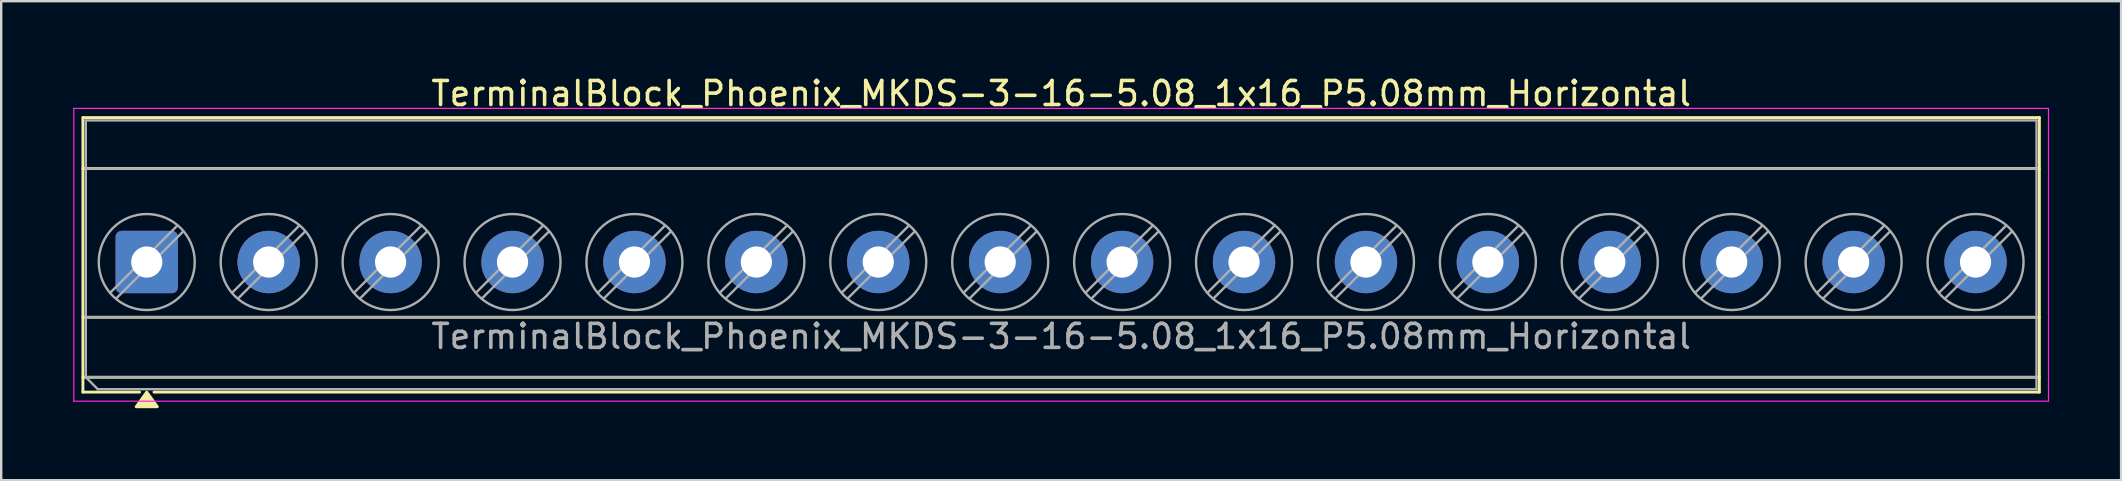
<source format=kicad_pcb>
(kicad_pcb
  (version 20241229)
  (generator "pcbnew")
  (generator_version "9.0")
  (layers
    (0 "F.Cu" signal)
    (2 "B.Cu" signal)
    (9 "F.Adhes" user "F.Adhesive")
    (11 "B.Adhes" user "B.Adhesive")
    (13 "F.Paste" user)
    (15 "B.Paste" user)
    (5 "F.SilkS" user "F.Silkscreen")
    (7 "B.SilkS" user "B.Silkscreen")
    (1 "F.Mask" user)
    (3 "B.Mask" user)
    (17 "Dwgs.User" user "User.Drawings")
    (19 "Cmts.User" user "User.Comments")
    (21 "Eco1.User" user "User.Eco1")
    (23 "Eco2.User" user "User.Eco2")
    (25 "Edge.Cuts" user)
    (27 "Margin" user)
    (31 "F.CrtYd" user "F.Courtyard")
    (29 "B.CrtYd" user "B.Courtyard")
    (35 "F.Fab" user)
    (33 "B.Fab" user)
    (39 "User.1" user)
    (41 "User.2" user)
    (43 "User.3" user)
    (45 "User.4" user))
  (footprint "TerminalBlock_Phoenix_MKDS-3-16-5.08_1x16_P5.08mm_Horizontal"
    (layer "F.Cu")
    (at 3.065 7.868)
    (property "Reference" "TerminalBlock_Phoenix_MKDS-3-16-5.08_1x16_P5.08mm_Horizontal" (at 38.1 -7.02 0) (layer "F.SilkS") (effects (font (size 1 1) (thickness 0.15))))
    (attr through_hole)
    (fp_line (start -2.66 -6.02) (end -2.66 5.42) (stroke (width 0.12) (type solid)) (layer "F.SilkS"))
    (fp_line (start -2.66 -6.02) (end 78.86 -6.02) (stroke (width 0.12) (type solid)) (layer "F.SilkS"))
    (fp_line (start -2.66 -3.9) (end 78.86 -3.9) (stroke (width 0.12) (type solid)) (layer "F.SilkS"))
    (fp_line (start -2.66 2.3) (end 78.86 2.3) (stroke (width 0.12) (type solid)) (layer "F.SilkS"))
    (fp_line (start -2.66 4.8) (end 78.86 4.8) (stroke (width 0.12) (type solid)) (layer "F.SilkS"))
    (fp_line (start -2.66 5.42) (end -0.3 5.42) (stroke (width 0.12) (type solid)) (layer "F.SilkS"))
    (fp_line (start 0.3 5.42) (end 78.86 5.42) (stroke (width 0.12) (type solid)) (layer "F.SilkS"))
    (fp_line (start 78.86 -6.02) (end 78.86 5.42) (stroke (width 0.12) (type solid)) (layer "F.SilkS"))
    (fp_poly (pts (xy 0 5.42) (xy 0.44 6.03) (xy -0.44 6.03)) (stroke (width 0.12) (type solid)) (fill yes) (layer "F.SilkS"))
    (fp_line (start -3.04 -6.4) (end -3.04 5.8) (stroke (width 0.05) (type solid)) (layer "F.CrtYd"))
    (fp_line (start -3.04 5.8) (end 79.24 5.8) (stroke (width 0.05) (type solid)) (layer "F.CrtYd"))
    (fp_line (start 79.24 -6.4) (end -3.04 -6.4) (stroke (width 0.05) (type solid)) (layer "F.CrtYd"))
    (fp_line (start 79.24 5.8) (end 79.24 -6.4) (stroke (width 0.05) (type solid)) (layer "F.CrtYd"))
    (fp_line (start -2.54 -5.9) (end 78.74 -5.9) (stroke (width 0.1) (type solid)) (layer "F.Fab"))
    (fp_line (start -2.54 -3.9) (end 78.74 -3.9) (stroke (width 0.1) (type solid)) (layer "F.Fab"))
    (fp_line (start -2.54 2.3) (end 78.74 2.3) (stroke (width 0.1) (type solid)) (layer "F.Fab"))
    (fp_line (start -2.54 4.8) (end -2.54 -5.9) (stroke (width 0.1) (type solid)) (layer "F.Fab"))
    (fp_line (start -2.54 4.8) (end 78.74 4.8) (stroke (width 0.1) (type solid)) (layer "F.Fab"))
    (fp_line (start -2.04 5.3) (end -2.54 4.8) (stroke (width 0.1) (type solid)) (layer "F.Fab"))
    (fp_line (start 1.273 -1.517) (end -1.517 1.273) (stroke (width 0.1) (type solid)) (layer "F.Fab"))
    (fp_line (start 1.517 -1.273) (end -1.273 1.517) (stroke (width 0.1) (type solid)) (layer "F.Fab"))
    (fp_line (start 6.353 -1.517) (end 3.563 1.273) (stroke (width 0.1) (type solid)) (layer "F.Fab"))
    (fp_line (start 6.597 -1.273) (end 3.807 1.517) (stroke (width 0.1) (type solid)) (layer "F.Fab"))
    (fp_line (start 11.433 -1.517) (end 8.643 1.273) (stroke (width 0.1) (type solid)) (layer "F.Fab"))
    (fp_line (start 11.677 -1.273) (end 8.887 1.517) (stroke (width 0.1) (type solid)) (layer "F.Fab"))
    (fp_line (start 16.513 -1.517) (end 13.723 1.273) (stroke (width 0.1) (type solid)) (layer "F.Fab"))
    (fp_line (start 16.757 -1.273) (end 13.967 1.517) (stroke (width 0.1) (type solid)) (layer "F.Fab"))
    (fp_line (start 21.593 -1.517) (end 18.803 1.273) (stroke (width 0.1) (type solid)) (layer "F.Fab"))
    (fp_line (start 21.837 -1.273) (end 19.047 1.517) (stroke (width 0.1) (type solid)) (layer "F.Fab"))
    (fp_line (start 26.673 -1.517) (end 23.883 1.273) (stroke (width 0.1) (type solid)) (layer "F.Fab"))
    (fp_line (start 26.917 -1.273) (end 24.127 1.517) (stroke (width 0.1) (type solid)) (layer "F.Fab"))
    (fp_line (start 31.753 -1.517) (end 28.963 1.273) (stroke (width 0.1) (type solid)) (layer "F.Fab"))
    (fp_line (start 31.997 -1.273) (end 29.207 1.517) (stroke (width 0.1) (type solid)) (layer "F.Fab"))
    (fp_line (start 36.833 -1.517) (end 34.043 1.273) (stroke (width 0.1) (type solid)) (layer "F.Fab"))
    (fp_line (start 37.077 -1.273) (end 34.287 1.517) (stroke (width 0.1) (type solid)) (layer "F.Fab"))
    (fp_line (start 41.913 -1.517) (end 39.123 1.273) (stroke (width 0.1) (type solid)) (layer "F.Fab"))
    (fp_line (start 42.157 -1.273) (end 39.367 1.517) (stroke (width 0.1) (type solid)) (layer "F.Fab"))
    (fp_line (start 46.993 -1.517) (end 44.203 1.273) (stroke (width 0.1) (type solid)) (layer "F.Fab"))
    (fp_line (start 47.237 -1.273) (end 44.447 1.517) (stroke (width 0.1) (type solid)) (layer "F.Fab"))
    (fp_line (start 52.073 -1.517) (end 49.283 1.273) (stroke (width 0.1) (type solid)) (layer "F.Fab"))
    (fp_line (start 52.317 -1.273) (end 49.527 1.517) (stroke (width 0.1) (type solid)) (layer "F.Fab"))
    (fp_line (start 57.153 -1.517) (end 54.363 1.273) (stroke (width 0.1) (type solid)) (layer "F.Fab"))
    (fp_line (start 57.397 -1.273) (end 54.607 1.517) (stroke (width 0.1) (type solid)) (layer "F.Fab"))
    (fp_line (start 62.233 -1.517) (end 59.443 1.273) (stroke (width 0.1) (type solid)) (layer "F.Fab"))
    (fp_line (start 62.477 -1.273) (end 59.687 1.517) (stroke (width 0.1) (type solid)) (layer "F.Fab"))
    (fp_line (start 67.313 -1.517) (end 64.523 1.273) (stroke (width 0.1) (type solid)) (layer "F.Fab"))
    (fp_line (start 67.557 -1.273) (end 64.767 1.517) (stroke (width 0.1) (type solid)) (layer "F.Fab"))
    (fp_line (start 72.393 -1.517) (end 69.603 1.273) (stroke (width 0.1) (type solid)) (layer "F.Fab"))
    (fp_line (start 72.637 -1.273) (end 69.847 1.517) (stroke (width 0.1) (type solid)) (layer "F.Fab"))
    (fp_line (start 77.473 -1.517) (end 74.683 1.273) (stroke (width 0.1) (type solid)) (layer "F.Fab"))
    (fp_line (start 77.717 -1.273) (end 74.927 1.517) (stroke (width 0.1) (type solid)) (layer "F.Fab"))
    (fp_line (start 78.74 -5.9) (end 78.74 5.3) (stroke (width 0.1) (type solid)) (layer "F.Fab"))
    (fp_line (start 78.74 5.3) (end -2.04 5.3) (stroke (width 0.1) (type solid)) (layer "F.Fab"))
    (fp_circle (center 0 0) (end 2 0) (stroke (width 0.1) (type solid)) (fill no) (layer "F.Fab"))
    (fp_circle (center 5.08 0) (end 7.08 0) (stroke (width 0.1) (type solid)) (fill no) (layer "F.Fab"))
    (fp_circle (center 10.16 0) (end 12.16 0) (stroke (width 0.1) (type solid)) (fill no) (layer "F.Fab"))
    (fp_circle (center 15.24 0) (end 17.24 0) (stroke (width 0.1) (type solid)) (fill no) (layer "F.Fab"))
    (fp_circle (center 20.32 0) (end 22.32 0) (stroke (width 0.1) (type solid)) (fill no) (layer "F.Fab"))
    (fp_circle (center 25.4 0) (end 27.4 0) (stroke (width 0.1) (type solid)) (fill no) (layer "F.Fab"))
    (fp_circle (center 30.48 0) (end 32.48 0) (stroke (width 0.1) (type solid)) (fill no) (layer "F.Fab"))
    (fp_circle (center 35.56 0) (end 37.56 0) (stroke (width 0.1) (type solid)) (fill no) (layer "F.Fab"))
    (fp_circle (center 40.64 0) (end 42.64 0) (stroke (width 0.1) (type solid)) (fill no) (layer "F.Fab"))
    (fp_circle (center 45.72 0) (end 47.72 0) (stroke (width 0.1) (type solid)) (fill no) (layer "F.Fab"))
    (fp_circle (center 50.8 0) (end 52.8 0) (stroke (width 0.1) (type solid)) (fill no) (layer "F.Fab"))
    (fp_circle (center 55.88 0) (end 57.88 0) (stroke (width 0.1) (type solid)) (fill no) (layer "F.Fab"))
    (fp_circle (center 60.96 0) (end 62.96 0) (stroke (width 0.1) (type solid)) (fill no) (layer "F.Fab"))
    (fp_circle (center 66.04 0) (end 68.04 0) (stroke (width 0.1) (type solid)) (fill no) (layer "F.Fab"))
    (fp_circle (center 71.12 0) (end 73.12 0) (stroke (width 0.1) (type solid)) (fill no) (layer "F.Fab"))
    (fp_circle (center 76.2 0) (end 78.2 0) (stroke (width 0.1) (type solid)) (fill no) (layer "F.Fab"))
    (fp_text user "${REFERENCE}" (at 38.1 3.1 0) (layer "F.Fab") (effects (font (size 1 1) (thickness 0.15))))
    (pad "1" thru_hole roundrect (at 0 0) (size 2.6 2.6) (drill 1.3) (layers "*.Cu" "*.Mask") (roundrect_rratio 0.096))
    (pad "2" thru_hole circle (at 5.08 0) (size 2.6 2.6) (drill 1.3) (layers "*.Cu" "*.Mask"))
    (pad "3" thru_hole circle (at 10.16 0) (size 2.6 2.6) (drill 1.3) (layers "*.Cu" "*.Mask"))
    (pad "4" thru_hole circle (at 15.24 0) (size 2.6 2.6) (drill 1.3) (layers "*.Cu" "*.Mask"))
    (pad "5" thru_hole circle (at 20.32 0) (size 2.6 2.6) (drill 1.3) (layers "*.Cu" "*.Mask"))
    (pad "6" thru_hole circle (at 25.4 0) (size 2.6 2.6) (drill 1.3) (layers "*.Cu" "*.Mask"))
    (pad "7" thru_hole circle (at 30.48 0) (size 2.6 2.6) (drill 1.3) (layers "*.Cu" "*.Mask"))
    (pad "8" thru_hole circle (at 35.56 0) (size 2.6 2.6) (drill 1.3) (layers "*.Cu" "*.Mask"))
    (pad "9" thru_hole circle (at 40.64 0) (size 2.6 2.6) (drill 1.3) (layers "*.Cu" "*.Mask"))
    (pad "10" thru_hole circle (at 45.72 0) (size 2.6 2.6) (drill 1.3) (layers "*.Cu" "*.Mask"))
    (pad "11" thru_hole circle (at 50.8 0) (size 2.6 2.6) (drill 1.3) (layers "*.Cu" "*.Mask"))
    (pad "12" thru_hole circle (at 55.88 0) (size 2.6 2.6) (drill 1.3) (layers "*.Cu" "*.Mask"))
    (pad "13" thru_hole circle (at 60.96 0) (size 2.6 2.6) (drill 1.3) (layers "*.Cu" "*.Mask"))
    (pad "14" thru_hole circle (at 66.04 0) (size 2.6 2.6) (drill 1.3) (layers "*.Cu" "*.Mask"))
    (pad "15" thru_hole circle (at 71.12 0) (size 2.6 2.6) (drill 1.3) (layers "*.Cu" "*.Mask"))
    (pad "16" thru_hole circle (at 76.2 0) (size 2.6 2.6) (drill 1.3) (layers "*.Cu" "*.Mask")))
  (gr_rect
    (start -3 -3)
    (end 85.33 16.958)
    (stroke (width 0.1) (type default))
    (fill no)
    (layer "Edge.Cuts")))
</source>
